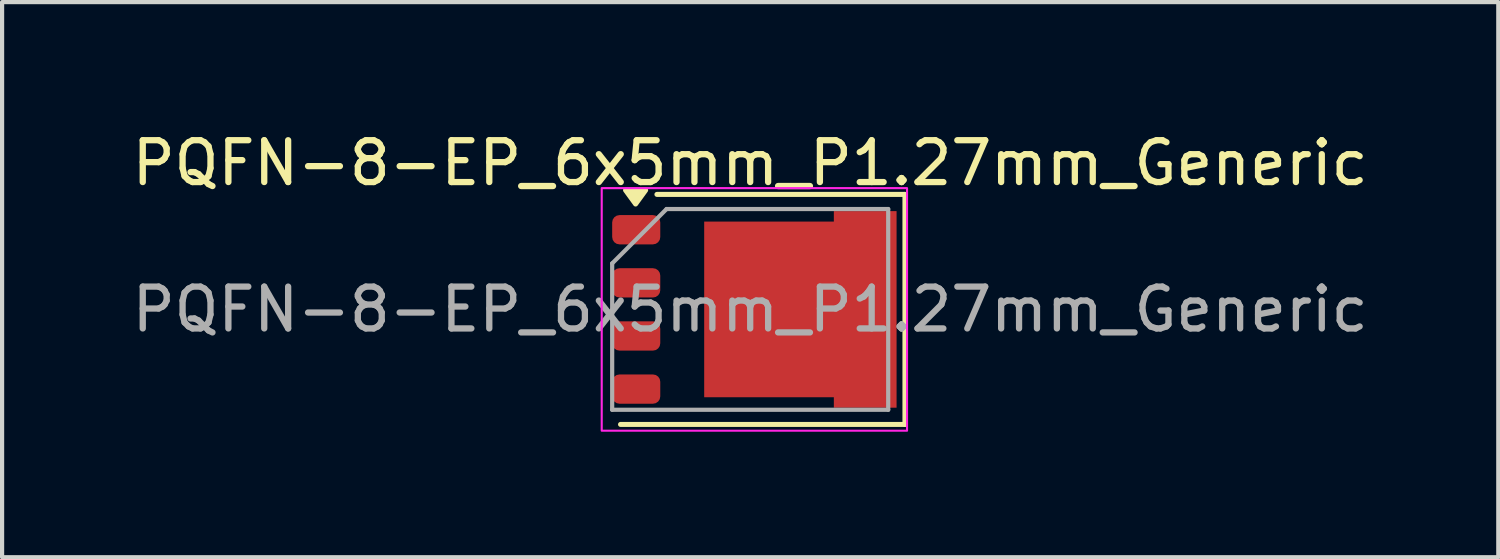
<source format=kicad_pcb>
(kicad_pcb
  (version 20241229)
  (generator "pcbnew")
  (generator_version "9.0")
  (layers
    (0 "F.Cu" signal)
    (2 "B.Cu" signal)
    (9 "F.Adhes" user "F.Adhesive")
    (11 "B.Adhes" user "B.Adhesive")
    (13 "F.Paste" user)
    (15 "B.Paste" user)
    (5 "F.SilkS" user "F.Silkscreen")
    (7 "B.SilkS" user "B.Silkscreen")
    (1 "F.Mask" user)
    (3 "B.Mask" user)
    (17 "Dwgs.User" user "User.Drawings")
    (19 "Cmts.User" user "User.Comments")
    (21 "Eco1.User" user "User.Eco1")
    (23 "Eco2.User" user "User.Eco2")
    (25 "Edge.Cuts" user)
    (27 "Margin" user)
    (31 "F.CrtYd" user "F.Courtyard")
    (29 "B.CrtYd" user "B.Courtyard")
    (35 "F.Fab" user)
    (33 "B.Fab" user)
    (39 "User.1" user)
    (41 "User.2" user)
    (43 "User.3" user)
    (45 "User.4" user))
  (footprint "PQFN-8-EP_6x5mm_P1.27mm_Generic"
    (layer "F.Cu")
    (at 14.887 4.348)
    (property "Reference" "PQFN-8-EP_6x5mm_P1.27mm_Generic" (at 0 -3.5 0) (layer "F.SilkS") (effects (font (size 1 1) (thickness 0.15))))
    (attr smd)
    (fp_line (start -3.1 2.75) (end 3.7 2.75) (stroke (width 0.12) (type solid)) (layer "F.SilkS"))
    (fp_line (start 3.7 -2.75) (end -2.23 -2.75) (stroke (width 0.12) (type solid)) (layer "F.SilkS"))
    (fp_line (start 3.7 2.75) (end 3.7 -2.75) (stroke (width 0.12) (type solid)) (layer "F.SilkS"))
    (fp_poly (pts (xy -2.74 -2.52) (xy -2.98 -2.85) (xy -2.5 -2.85) (xy -2.74 -2.52)) (stroke (width 0.12) (type solid)) (fill yes) (layer "F.SilkS"))
    (fp_rect (start -3.55 -2.9) (end 3.75 2.9) (stroke (width 0.05) (type solid)) (fill no) (layer "F.CrtYd"))
    (fp_line (start -3.3 -1.1) (end -3.3 2.4) (stroke (width 0.1) (type solid)) (layer "F.Fab"))
    (fp_line (start -3.3 -1.1) (end -2 -2.4) (stroke (width 0.1) (type solid)) (layer "F.Fab"))
    (fp_line (start -3.3 2.4) (end 3.3 2.4) (stroke (width 0.1) (type solid)) (layer "F.Fab"))
    (fp_line (start 3.3 -2.4) (end -2 -2.4) (stroke (width 0.1) (type solid)) (layer "F.Fab"))
    (fp_line (start 3.3 2.4) (end 3.3 -2.4) (stroke (width 0.1) (type solid)) (layer "F.Fab"))
    (fp_text user "${REFERENCE}" (at 0 0 180) (layer "F.Fab") (effects (font (size 1 1) (thickness 0.15))))
    (pad "" smd rect (at -0.55 -1.15 90) (size 0.9 0.6) (layers "F.Paste"))
    (pad "" smd rect (at -0.55 0 90) (size 0.9 0.6) (layers "F.Paste"))
    (pad "" smd rect (at -0.55 1.15 90) (size 0.9 0.6) (layers "F.Paste"))
    (pad "" smd rect (at 0.3 -1.15 90) (size 0.9 0.6) (layers "F.Paste"))
    (pad "" smd rect (at 0.3 0 90) (size 0.9 0.6) (layers "F.Paste"))
    (pad "" smd rect (at 0.3 1.15 90) (size 0.9 0.6) (layers "F.Paste"))
    (pad "" smd rect (at 1.15 -1.15 90) (size 0.9 0.6) (layers "F.Paste"))
    (pad "" smd rect (at 1.15 0 90) (size 0.9 0.6) (layers "F.Paste"))
    (pad "" smd rect (at 1.15 1.15 90) (size 0.9 0.6) (layers "F.Paste"))
    (pad "" smd rect (at 2 -1.15 90) (size 0.9 0.6) (layers "F.Paste"))
    (pad "" smd rect (at 2 0 90) (size 0.9 0.6) (layers "F.Paste"))
    (pad "" smd rect (at 2 1.15 90) (size 0.9 0.6) (layers "F.Paste"))
    (pad "" smd rect (at 3 -1.905 90) (size 0.6 0.9) (layers "F.Paste"))
    (pad "" smd rect (at 3 -0.635 90) (size 0.6 0.9) (layers "F.Paste"))
    (pad "" smd rect (at 3 0.635 90) (size 0.6 0.9) (layers "F.Paste"))
    (pad "" smd rect (at 3 1.905 90) (size 0.6 0.9) (layers "F.Paste"))
    (pad "1" smd roundrect (at -2.725 -1.905 90) (size 0.7 1.15) (layers "F.Cu" "F.Mask" "F.Paste") (roundrect_rratio 0.25))
    (pad "1" smd roundrect (at -2.725 -0.635 90) (size 0.7 1.15) (layers "F.Cu" "F.Mask" "F.Paste") (roundrect_rratio 0.25))
    (pad "1" smd roundrect (at -2.725 0.635 90) (size 0.7 1.15) (layers "F.Cu" "F.Mask" "F.Paste") (roundrect_rratio 0.25))
    (pad "2" smd roundrect (at -2.725 1.905 90) (size 0.7 1.15) (layers "F.Cu" "F.Mask" "F.Paste") (roundrect_rratio 0.25))
    (pad "3" smd custom (at 0 0 90) (size 4 2) (layers "F.Cu" "F.Mask") (options (anchor rect)) (primitives (gr_poly (pts (xy -2.35 3.5) (xy 2.35 3.5) (xy 2.35 2) (xy 2.1 2) (xy 2.1 -1.1) (xy -2.1 -1.1) (xy -2.1 2) (xy -2.35 2)) (width 0) (fill yes)))))
  (gr_rect
    (start -3 -3)
    (end 32.774 10.273)
    (stroke (width 0.1) (type default))
    (fill no)
    (layer "Edge.Cuts")))
</source>
